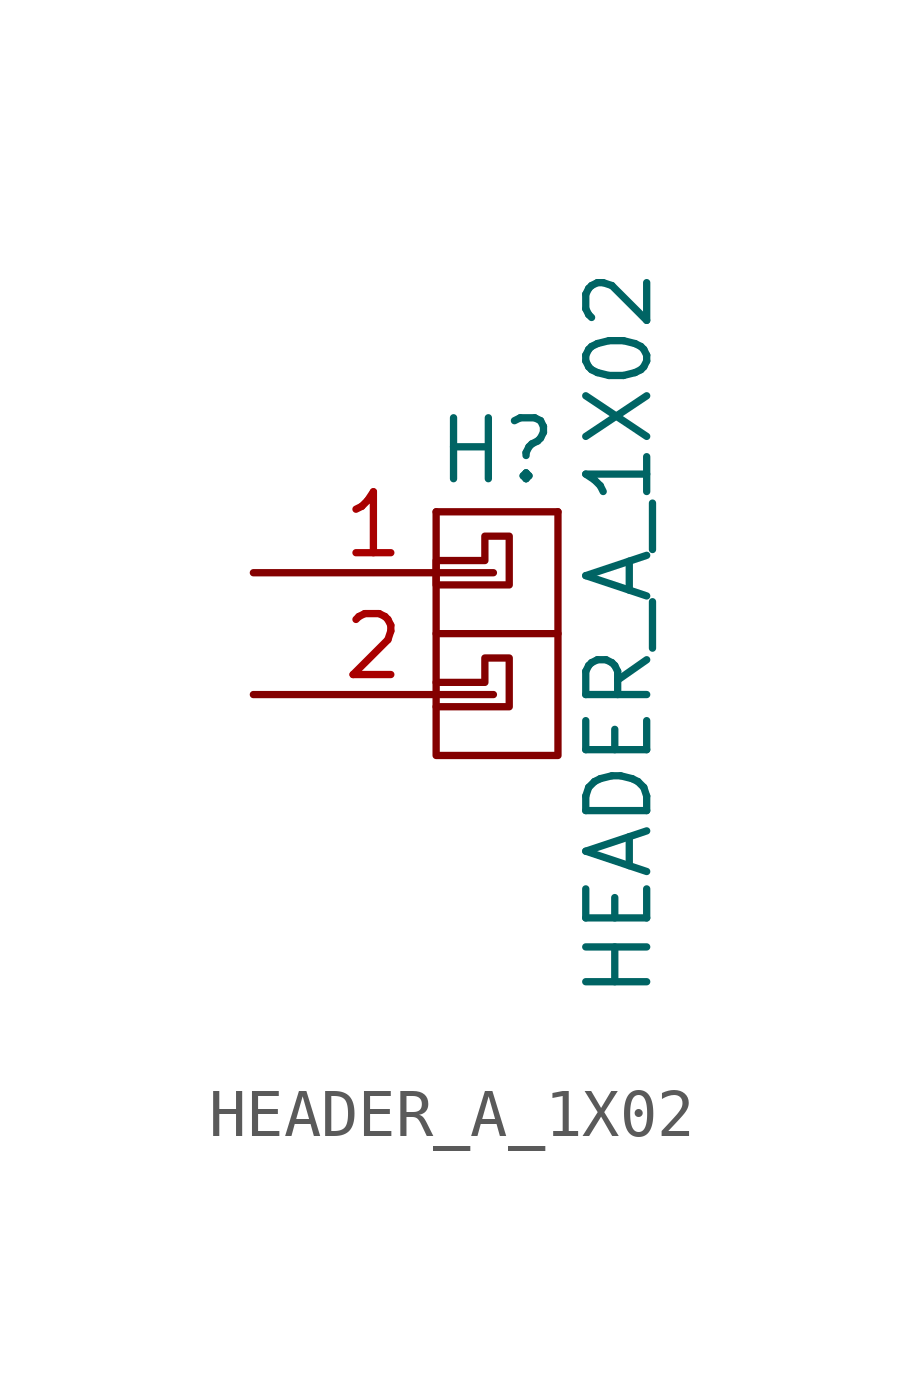
<source format=kicad_sym>
(kicad_symbol_lib
  (version 20220914)
  (generator kicad_symbol_editor)
  (symbol "HEADER_A_1X02"
    (pin_names
      (offset 1.016) hide)
    (property "Reference" "H"
      (at 0 13.97 0)
      (effects (font (size 1.27 1.27))))
    (property "Value" "HEADER_A_1X02"
      (at 2.54 10.16 90)
      (effects (font (size 1.27 1.27))))
    (symbol "HEADER_A_1X02_0_1"
      (polyline (pts (xy 1.27 12.7) (xy -1.27 12.7)) (stroke (width 0) (type solid)) (fill (type none)))
      (polyline (pts (xy -1.27 10.16) (xy -1.27 7.62) (xy 1.27 7.62) (xy 1.27 10.16)) (stroke (width 0) (type solid)) (fill (type none)))
      (polyline (pts (xy -1.27 12.7) (xy -1.27 10.16) (xy 1.27 10.16) (xy 1.27 12.7)) (stroke (width 0) (type solid)) (fill (type none)))
      (polyline (pts (xy -1.27 9.144) (xy -0.254 9.144) (xy -0.254 9.652) (xy 0.254 9.652) (xy 0.254 8.636) (xy -1.27 8.636)) (stroke (width 0) (type solid)) (fill (type none)))
      (polyline (pts (xy -0.254 12.192) (xy 0.254 12.192) (xy 0.254 11.176) (xy -1.27 11.176) (xy -1.27 11.684) (xy -0.254 11.684) (xy -0.254 12.192)) (stroke (width 0) (type solid)) (fill (type none))))
    (symbol "HEADER_A_1X02_1_1"
      (pin passive line (at -5.08 11.43 0) (length 5.004) (name "P1" (effects (font (size 1.27 1.27)))) (number "1" (effects (font (size 1.27 1.27)))))
      (pin passive line (at -5.08 8.89 0) (length 5.004) (name "P2" (effects (font (size 1.27 1.27)))) (number "2" (effects (font (size 1.27 1.27))))))))
</source>
